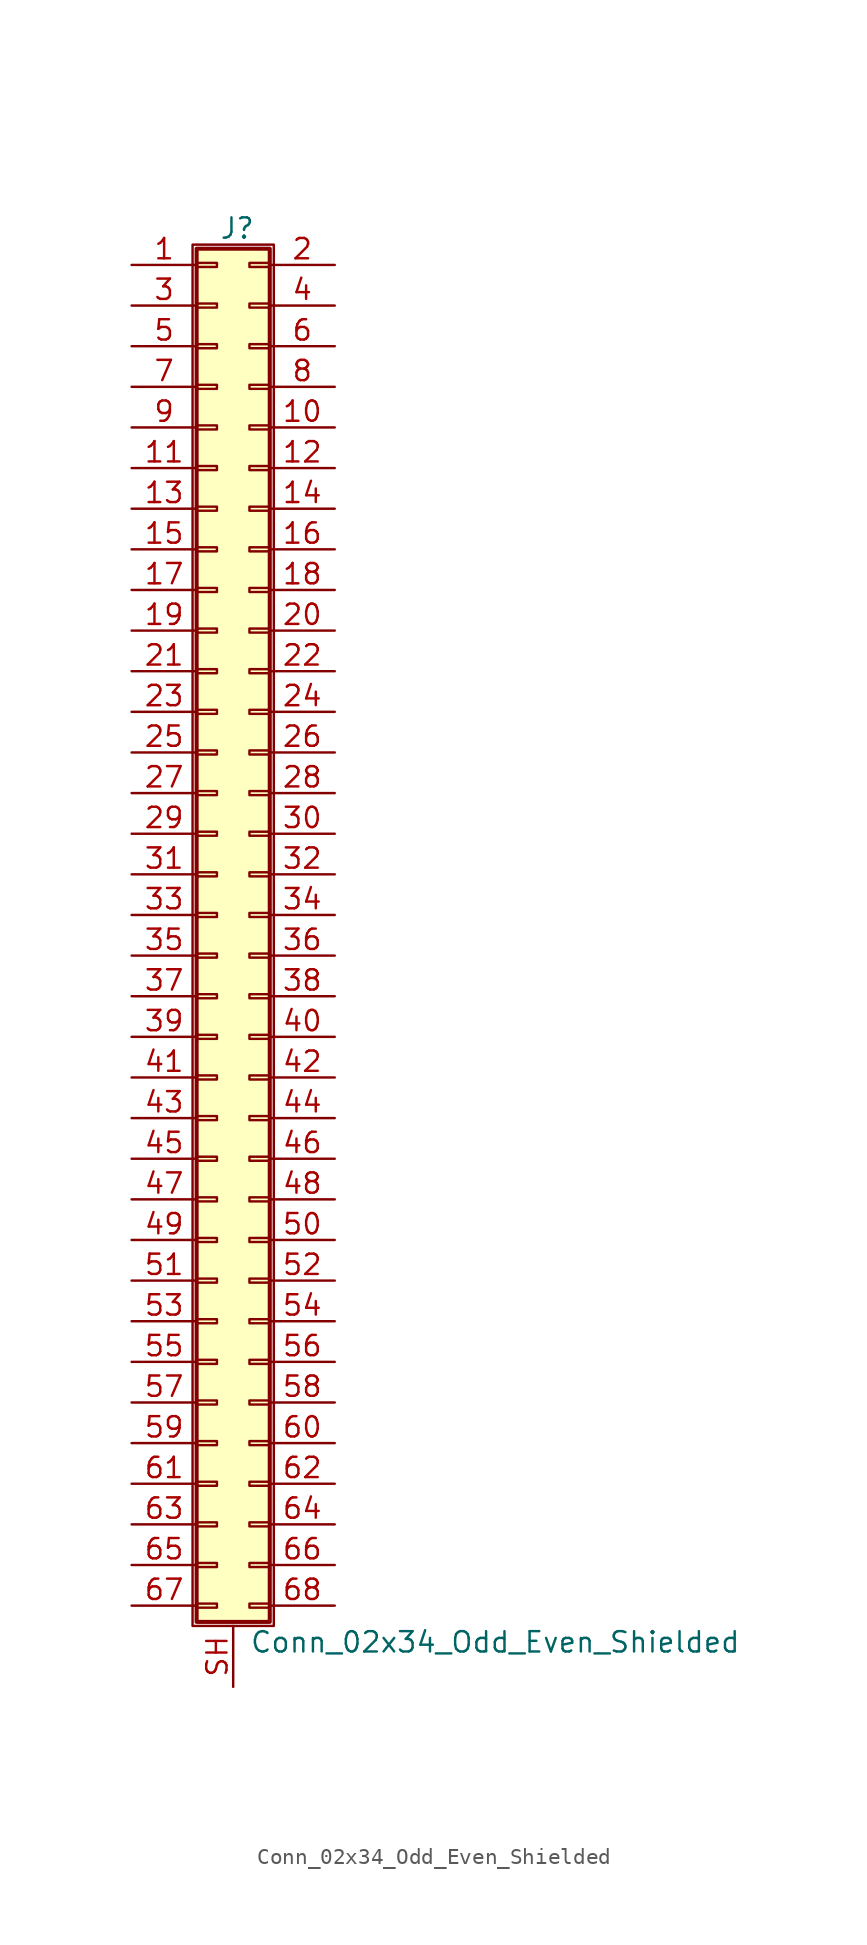
<source format=kicad_sym>
(kicad_symbol_lib
  (version 20220914)
  (generator kicad_symbol_editor)
  (symbol "Conn_02x34_Odd_Even_Shielded"
    (pin_names
      (offset 1.016) hide)
    (property "Reference" "J"
      (at 1.524 42.926 0)
      (effects (font (size 1.27 1.27))))
    (property "Value" "Conn_02x34_Odd_Even_Shielded"
      (at 2.286 -45.466 0)
      (effects (font (size 1.27 1.27)) (justify left)))
    (symbol "Conn_02x34_Odd_Even_Shielded_1_1"
      (rectangle (start -1.27 41.91) (end 3.81 -44.45) (stroke (width 0.152) (type default)) (fill (type none)))
      (rectangle (start -1.016 -43.053) (end 0.254 -43.307) (stroke (width 0.152) (type default)) (fill (type none)))
      (rectangle (start -1.016 -40.513) (end 0.254 -40.767) (stroke (width 0.152) (type default)) (fill (type none)))
      (rectangle (start -1.016 -37.973) (end 0.254 -38.227) (stroke (width 0.152) (type default)) (fill (type none)))
      (rectangle (start -1.016 -35.433) (end 0.254 -35.687) (stroke (width 0.152) (type default)) (fill (type none)))
      (rectangle (start -1.016 -32.893) (end 0.254 -33.147) (stroke (width 0.152) (type default)) (fill (type none)))
      (rectangle (start -1.016 -30.353) (end 0.254 -30.607) (stroke (width 0.152) (type default)) (fill (type none)))
      (rectangle (start -1.016 -27.813) (end 0.254 -28.067) (stroke (width 0.152) (type default)) (fill (type none)))
      (rectangle (start -1.016 -25.273) (end 0.254 -25.527) (stroke (width 0.152) (type default)) (fill (type none)))
      (rectangle (start -1.016 -22.733) (end 0.254 -22.987) (stroke (width 0.152) (type default)) (fill (type none)))
      (rectangle (start -1.016 -20.193) (end 0.254 -20.447) (stroke (width 0.152) (type default)) (fill (type none)))
      (rectangle (start -1.016 -17.653) (end 0.254 -17.907) (stroke (width 0.152) (type default)) (fill (type none)))
      (rectangle (start -1.016 -15.113) (end 0.254 -15.367) (stroke (width 0.152) (type default)) (fill (type none)))
      (rectangle (start -1.016 -12.573) (end 0.254 -12.827) (stroke (width 0.152) (type default)) (fill (type none)))
      (rectangle (start -1.016 -10.033) (end 0.254 -10.287) (stroke (width 0.152) (type default)) (fill (type none)))
      (rectangle (start -1.016 -7.493) (end 0.254 -7.747) (stroke (width 0.152) (type default)) (fill (type none)))
      (rectangle (start -1.016 -4.953) (end 0.254 -5.207) (stroke (width 0.152) (type default)) (fill (type none)))
      (rectangle (start -1.016 -2.413) (end 0.254 -2.667) (stroke (width 0.152) (type default)) (fill (type none)))
      (rectangle (start -1.016 0.127) (end 0.254 -0.127) (stroke (width 0.152) (type default)) (fill (type none)))
      (rectangle (start -1.016 2.667) (end 0.254 2.413) (stroke (width 0.152) (type default)) (fill (type none)))
      (rectangle (start -1.016 5.207) (end 0.254 4.953) (stroke (width 0.152) (type default)) (fill (type none)))
      (rectangle (start -1.016 7.747) (end 0.254 7.493) (stroke (width 0.152) (type default)) (fill (type none)))
      (rectangle (start -1.016 10.287) (end 0.254 10.033) (stroke (width 0.152) (type default)) (fill (type none)))
      (rectangle (start -1.016 12.827) (end 0.254 12.573) (stroke (width 0.152) (type default)) (fill (type none)))
      (rectangle (start -1.016 15.367) (end 0.254 15.113) (stroke (width 0.152) (type default)) (fill (type none)))
      (rectangle (start -1.016 17.907) (end 0.254 17.653) (stroke (width 0.152) (type default)) (fill (type none)))
      (rectangle (start -1.016 20.447) (end 0.254 20.193) (stroke (width 0.152) (type default)) (fill (type none)))
      (rectangle (start -1.016 22.987) (end 0.254 22.733) (stroke (width 0.152) (type default)) (fill (type none)))
      (rectangle (start -1.016 25.527) (end 0.254 25.273) (stroke (width 0.152) (type default)) (fill (type none)))
      (rectangle (start -1.016 28.067) (end 0.254 27.813) (stroke (width 0.152) (type default)) (fill (type none)))
      (rectangle (start -1.016 30.607) (end 0.254 30.353) (stroke (width 0.152) (type default)) (fill (type none)))
      (rectangle (start -1.016 33.147) (end 0.254 32.893) (stroke (width 0.152) (type default)) (fill (type none)))
      (rectangle (start -1.016 35.687) (end 0.254 35.433) (stroke (width 0.152) (type default)) (fill (type none)))
      (rectangle (start -1.016 38.227) (end 0.254 37.973) (stroke (width 0.152) (type default)) (fill (type none)))
      (rectangle (start -1.016 40.767) (end 0.254 40.513) (stroke (width 0.152) (type default)) (fill (type none)))
      (rectangle (start -1.016 41.656) (end 3.556 -44.196) (stroke (width 0.254) (type default)) (fill (type background)))
      (rectangle (start 3.556 -43.053) (end 2.286 -43.307) (stroke (width 0.152) (type default)) (fill (type none)))
      (rectangle (start 3.556 -40.513) (end 2.286 -40.767) (stroke (width 0.152) (type default)) (fill (type none)))
      (rectangle (start 3.556 -37.973) (end 2.286 -38.227) (stroke (width 0.152) (type default)) (fill (type none)))
      (rectangle (start 3.556 -35.433) (end 2.286 -35.687) (stroke (width 0.152) (type default)) (fill (type none)))
      (rectangle (start 3.556 -32.893) (end 2.286 -33.147) (stroke (width 0.152) (type default)) (fill (type none)))
      (rectangle (start 3.556 -30.353) (end 2.286 -30.607) (stroke (width 0.152) (type default)) (fill (type none)))
      (rectangle (start 3.556 -27.813) (end 2.286 -28.067) (stroke (width 0.152) (type default)) (fill (type none)))
      (rectangle (start 3.556 -25.273) (end 2.286 -25.527) (stroke (width 0.152) (type default)) (fill (type none)))
      (rectangle (start 3.556 -22.733) (end 2.286 -22.987) (stroke (width 0.152) (type default)) (fill (type none)))
      (rectangle (start 3.556 -20.193) (end 2.286 -20.447) (stroke (width 0.152) (type default)) (fill (type none)))
      (rectangle (start 3.556 -17.653) (end 2.286 -17.907) (stroke (width 0.152) (type default)) (fill (type none)))
      (rectangle (start 3.556 -15.113) (end 2.286 -15.367) (stroke (width 0.152) (type default)) (fill (type none)))
      (rectangle (start 3.556 -12.573) (end 2.286 -12.827) (stroke (width 0.152) (type default)) (fill (type none)))
      (rectangle (start 3.556 -10.033) (end 2.286 -10.287) (stroke (width 0.152) (type default)) (fill (type none)))
      (rectangle (start 3.556 -7.493) (end 2.286 -7.747) (stroke (width 0.152) (type default)) (fill (type none)))
      (rectangle (start 3.556 -4.953) (end 2.286 -5.207) (stroke (width 0.152) (type default)) (fill (type none)))
      (rectangle (start 3.556 -2.413) (end 2.286 -2.667) (stroke (width 0.152) (type default)) (fill (type none)))
      (rectangle (start 3.556 0.127) (end 2.286 -0.127) (stroke (width 0.152) (type default)) (fill (type none)))
      (rectangle (start 3.556 2.667) (end 2.286 2.413) (stroke (width 0.152) (type default)) (fill (type none)))
      (rectangle (start 3.556 5.207) (end 2.286 4.953) (stroke (width 0.152) (type default)) (fill (type none)))
      (rectangle (start 3.556 7.747) (end 2.286 7.493) (stroke (width 0.152) (type default)) (fill (type none)))
      (rectangle (start 3.556 10.287) (end 2.286 10.033) (stroke (width 0.152) (type default)) (fill (type none)))
      (rectangle (start 3.556 12.827) (end 2.286 12.573) (stroke (width 0.152) (type default)) (fill (type none)))
      (rectangle (start 3.556 15.367) (end 2.286 15.113) (stroke (width 0.152) (type default)) (fill (type none)))
      (rectangle (start 3.556 17.907) (end 2.286 17.653) (stroke (width 0.152) (type default)) (fill (type none)))
      (rectangle (start 3.556 20.447) (end 2.286 20.193) (stroke (width 0.152) (type default)) (fill (type none)))
      (rectangle (start 3.556 22.987) (end 2.286 22.733) (stroke (width 0.152) (type default)) (fill (type none)))
      (rectangle (start 3.556 25.527) (end 2.286 25.273) (stroke (width 0.152) (type default)) (fill (type none)))
      (rectangle (start 3.556 28.067) (end 2.286 27.813) (stroke (width 0.152) (type default)) (fill (type none)))
      (rectangle (start 3.556 30.607) (end 2.286 30.353) (stroke (width 0.152) (type default)) (fill (type none)))
      (rectangle (start 3.556 33.147) (end 2.286 32.893) (stroke (width 0.152) (type default)) (fill (type none)))
      (rectangle (start 3.556 35.687) (end 2.286 35.433) (stroke (width 0.152) (type default)) (fill (type none)))
      (rectangle (start 3.556 38.227) (end 2.286 37.973) (stroke (width 0.152) (type default)) (fill (type none)))
      (rectangle (start 3.556 40.767) (end 2.286 40.513) (stroke (width 0.152) (type default)) (fill (type none)))
      (pin passive line (at -5.08 40.64 0) (length 4.064) (name "Pin_1" (effects (font (size 1.27 1.27)))) (number "1" (effects (font (size 1.27 1.27)))))
      (pin passive line (at 7.62 30.48 180) (length 4.064) (name "Pin_10" (effects (font (size 1.27 1.27)))) (number "10" (effects (font (size 1.27 1.27)))))
      (pin passive line (at -5.08 27.94 0) (length 4.064) (name "Pin_11" (effects (font (size 1.27 1.27)))) (number "11" (effects (font (size 1.27 1.27)))))
      (pin passive line (at 7.62 27.94 180) (length 4.064) (name "Pin_12" (effects (font (size 1.27 1.27)))) (number "12" (effects (font (size 1.27 1.27)))))
      (pin passive line (at -5.08 25.4 0) (length 4.064) (name "Pin_13" (effects (font (size 1.27 1.27)))) (number "13" (effects (font (size 1.27 1.27)))))
      (pin passive line (at 7.62 25.4 180) (length 4.064) (name "Pin_14" (effects (font (size 1.27 1.27)))) (number "14" (effects (font (size 1.27 1.27)))))
      (pin passive line (at -5.08 22.86 0) (length 4.064) (name "Pin_15" (effects (font (size 1.27 1.27)))) (number "15" (effects (font (size 1.27 1.27)))))
      (pin passive line (at 7.62 22.86 180) (length 4.064) (name "Pin_16" (effects (font (size 1.27 1.27)))) (number "16" (effects (font (size 1.27 1.27)))))
      (pin passive line (at -5.08 20.32 0) (length 4.064) (name "Pin_17" (effects (font (size 1.27 1.27)))) (number "17" (effects (font (size 1.27 1.27)))))
      (pin passive line (at 7.62 20.32 180) (length 4.064) (name "Pin_18" (effects (font (size 1.27 1.27)))) (number "18" (effects (font (size 1.27 1.27)))))
      (pin passive line (at -5.08 17.78 0) (length 4.064) (name "Pin_19" (effects (font (size 1.27 1.27)))) (number "19" (effects (font (size 1.27 1.27)))))
      (pin passive line (at 7.62 40.64 180) (length 4.064) (name "Pin_2" (effects (font (size 1.27 1.27)))) (number "2" (effects (font (size 1.27 1.27)))))
      (pin passive line (at 7.62 17.78 180) (length 4.064) (name "Pin_20" (effects (font (size 1.27 1.27)))) (number "20" (effects (font (size 1.27 1.27)))))
      (pin passive line (at -5.08 15.24 0) (length 4.064) (name "Pin_21" (effects (font (size 1.27 1.27)))) (number "21" (effects (font (size 1.27 1.27)))))
      (pin passive line (at 7.62 15.24 180) (length 4.064) (name "Pin_22" (effects (font (size 1.27 1.27)))) (number "22" (effects (font (size 1.27 1.27)))))
      (pin passive line (at -5.08 12.7 0) (length 4.064) (name "Pin_23" (effects (font (size 1.27 1.27)))) (number "23" (effects (font (size 1.27 1.27)))))
      (pin passive line (at 7.62 12.7 180) (length 4.064) (name "Pin_24" (effects (font (size 1.27 1.27)))) (number "24" (effects (font (size 1.27 1.27)))))
      (pin passive line (at -5.08 10.16 0) (length 4.064) (name "Pin_25" (effects (font (size 1.27 1.27)))) (number "25" (effects (font (size 1.27 1.27)))))
      (pin passive line (at 7.62 10.16 180) (length 4.064) (name "Pin_26" (effects (font (size 1.27 1.27)))) (number "26" (effects (font (size 1.27 1.27)))))
      (pin passive line (at -5.08 7.62 0) (length 4.064) (name "Pin_27" (effects (font (size 1.27 1.27)))) (number "27" (effects (font (size 1.27 1.27)))))
      (pin passive line (at 7.62 7.62 180) (length 4.064) (name "Pin_28" (effects (font (size 1.27 1.27)))) (number "28" (effects (font (size 1.27 1.27)))))
      (pin passive line (at -5.08 5.08 0) (length 4.064) (name "Pin_29" (effects (font (size 1.27 1.27)))) (number "29" (effects (font (size 1.27 1.27)))))
      (pin passive line (at -5.08 38.1 0) (length 4.064) (name "Pin_3" (effects (font (size 1.27 1.27)))) (number "3" (effects (font (size 1.27 1.27)))))
      (pin passive line (at 7.62 5.08 180) (length 4.064) (name "Pin_30" (effects (font (size 1.27 1.27)))) (number "30" (effects (font (size 1.27 1.27)))))
      (pin passive line (at -5.08 2.54 0) (length 4.064) (name "Pin_31" (effects (font (size 1.27 1.27)))) (number "31" (effects (font (size 1.27 1.27)))))
      (pin passive line (at 7.62 2.54 180) (length 4.064) (name "Pin_32" (effects (font (size 1.27 1.27)))) (number "32" (effects (font (size 1.27 1.27)))))
      (pin passive line (at -5.08 0 0) (length 4.064) (name "Pin_33" (effects (font (size 1.27 1.27)))) (number "33" (effects (font (size 1.27 1.27)))))
      (pin passive line (at 7.62 0 180) (length 4.064) (name "Pin_34" (effects (font (size 1.27 1.27)))) (number "34" (effects (font (size 1.27 1.27)))))
      (pin passive line (at -5.08 -2.54 0) (length 4.064) (name "Pin_35" (effects (font (size 1.27 1.27)))) (number "35" (effects (font (size 1.27 1.27)))))
      (pin passive line (at 7.62 -2.54 180) (length 4.064) (name "Pin_36" (effects (font (size 1.27 1.27)))) (number "36" (effects (font (size 1.27 1.27)))))
      (pin passive line (at -5.08 -5.08 0) (length 4.064) (name "Pin_37" (effects (font (size 1.27 1.27)))) (number "37" (effects (font (size 1.27 1.27)))))
      (pin passive line (at 7.62 -5.08 180) (length 4.064) (name "Pin_38" (effects (font (size 1.27 1.27)))) (number "38" (effects (font (size 1.27 1.27)))))
      (pin passive line (at -5.08 -7.62 0) (length 4.064) (name "Pin_39" (effects (font (size 1.27 1.27)))) (number "39" (effects (font (size 1.27 1.27)))))
      (pin passive line (at 7.62 38.1 180) (length 4.064) (name "Pin_4" (effects (font (size 1.27 1.27)))) (number "4" (effects (font (size 1.27 1.27)))))
      (pin passive line (at 7.62 -7.62 180) (length 4.064) (name "Pin_40" (effects (font (size 1.27 1.27)))) (number "40" (effects (font (size 1.27 1.27)))))
      (pin passive line (at -5.08 -10.16 0) (length 4.064) (name "Pin_41" (effects (font (size 1.27 1.27)))) (number "41" (effects (font (size 1.27 1.27)))))
      (pin passive line (at 7.62 -10.16 180) (length 4.064) (name "Pin_42" (effects (font (size 1.27 1.27)))) (number "42" (effects (font (size 1.27 1.27)))))
      (pin passive line (at -5.08 -12.7 0) (length 4.064) (name "Pin_43" (effects (font (size 1.27 1.27)))) (number "43" (effects (font (size 1.27 1.27)))))
      (pin passive line (at 7.62 -12.7 180) (length 4.064) (name "Pin_44" (effects (font (size 1.27 1.27)))) (number "44" (effects (font (size 1.27 1.27)))))
      (pin passive line (at -5.08 -15.24 0) (length 4.064) (name "Pin_45" (effects (font (size 1.27 1.27)))) (number "45" (effects (font (size 1.27 1.27)))))
      (pin passive line (at 7.62 -15.24 180) (length 4.064) (name "Pin_46" (effects (font (size 1.27 1.27)))) (number "46" (effects (font (size 1.27 1.27)))))
      (pin passive line (at -5.08 -17.78 0) (length 4.064) (name "Pin_47" (effects (font (size 1.27 1.27)))) (number "47" (effects (font (size 1.27 1.27)))))
      (pin passive line (at 7.62 -17.78 180) (length 4.064) (name "Pin_48" (effects (font (size 1.27 1.27)))) (number "48" (effects (font (size 1.27 1.27)))))
      (pin passive line (at -5.08 -20.32 0) (length 4.064) (name "Pin_49" (effects (font (size 1.27 1.27)))) (number "49" (effects (font (size 1.27 1.27)))))
      (pin passive line (at -5.08 35.56 0) (length 4.064) (name "Pin_5" (effects (font (size 1.27 1.27)))) (number "5" (effects (font (size 1.27 1.27)))))
      (pin passive line (at 7.62 -20.32 180) (length 4.064) (name "Pin_50" (effects (font (size 1.27 1.27)))) (number "50" (effects (font (size 1.27 1.27)))))
      (pin passive line (at -5.08 -22.86 0) (length 4.064) (name "Pin_51" (effects (font (size 1.27 1.27)))) (number "51" (effects (font (size 1.27 1.27)))))
      (pin passive line (at 7.62 -22.86 180) (length 4.064) (name "Pin_52" (effects (font (size 1.27 1.27)))) (number "52" (effects (font (size 1.27 1.27)))))
      (pin passive line (at -5.08 -25.4 0) (length 4.064) (name "Pin_53" (effects (font (size 1.27 1.27)))) (number "53" (effects (font (size 1.27 1.27)))))
      (pin passive line (at 7.62 -25.4 180) (length 4.064) (name "Pin_54" (effects (font (size 1.27 1.27)))) (number "54" (effects (font (size 1.27 1.27)))))
      (pin passive line (at -5.08 -27.94 0) (length 4.064) (name "Pin_55" (effects (font (size 1.27 1.27)))) (number "55" (effects (font (size 1.27 1.27)))))
      (pin passive line (at 7.62 -27.94 180) (length 4.064) (name "Pin_56" (effects (font (size 1.27 1.27)))) (number "56" (effects (font (size 1.27 1.27)))))
      (pin passive line (at -5.08 -30.48 0) (length 4.064) (name "Pin_57" (effects (font (size 1.27 1.27)))) (number "57" (effects (font (size 1.27 1.27)))))
      (pin passive line (at 7.62 -30.48 180) (length 4.064) (name "Pin_58" (effects (font (size 1.27 1.27)))) (number "58" (effects (font (size 1.27 1.27)))))
      (pin passive line (at -5.08 -33.02 0) (length 4.064) (name "Pin_59" (effects (font (size 1.27 1.27)))) (number "59" (effects (font (size 1.27 1.27)))))
      (pin passive line (at 7.62 35.56 180) (length 4.064) (name "Pin_6" (effects (font (size 1.27 1.27)))) (number "6" (effects (font (size 1.27 1.27)))))
      (pin passive line (at 7.62 -33.02 180) (length 4.064) (name "Pin_60" (effects (font (size 1.27 1.27)))) (number "60" (effects (font (size 1.27 1.27)))))
      (pin passive line (at -5.08 -35.56 0) (length 4.064) (name "Pin_61" (effects (font (size 1.27 1.27)))) (number "61" (effects (font (size 1.27 1.27)))))
      (pin passive line (at 7.62 -35.56 180) (length 4.064) (name "Pin_62" (effects (font (size 1.27 1.27)))) (number "62" (effects (font (size 1.27 1.27)))))
      (pin passive line (at -5.08 -38.1 0) (length 4.064) (name "Pin_63" (effects (font (size 1.27 1.27)))) (number "63" (effects (font (size 1.27 1.27)))))
      (pin passive line (at 7.62 -38.1 180) (length 4.064) (name "Pin_64" (effects (font (size 1.27 1.27)))) (number "64" (effects (font (size 1.27 1.27)))))
      (pin passive line (at -5.08 -40.64 0) (length 4.064) (name "Pin_65" (effects (font (size 1.27 1.27)))) (number "65" (effects (font (size 1.27 1.27)))))
      (pin passive line (at 7.62 -40.64 180) (length 4.064) (name "Pin_66" (effects (font (size 1.27 1.27)))) (number "66" (effects (font (size 1.27 1.27)))))
      (pin passive line (at -5.08 -43.18 0) (length 4.064) (name "Pin_67" (effects (font (size 1.27 1.27)))) (number "67" (effects (font (size 1.27 1.27)))))
      (pin passive line (at 7.62 -43.18 180) (length 4.064) (name "Pin_68" (effects (font (size 1.27 1.27)))) (number "68" (effects (font (size 1.27 1.27)))))
      (pin passive line (at -5.08 33.02 0) (length 4.064) (name "Pin_7" (effects (font (size 1.27 1.27)))) (number "7" (effects (font (size 1.27 1.27)))))
      (pin passive line (at 7.62 33.02 180) (length 4.064) (name "Pin_8" (effects (font (size 1.27 1.27)))) (number "8" (effects (font (size 1.27 1.27)))))
      (pin passive line (at -5.08 30.48 0) (length 4.064) (name "Pin_9" (effects (font (size 1.27 1.27)))) (number "9" (effects (font (size 1.27 1.27)))))
      (pin passive line (at 1.27 -48.26 90) (length 3.81) (name "Shield" (effects (font (size 1.27 1.27)))) (number "SH" (effects (font (size 1.27 1.27))))))))
</source>
